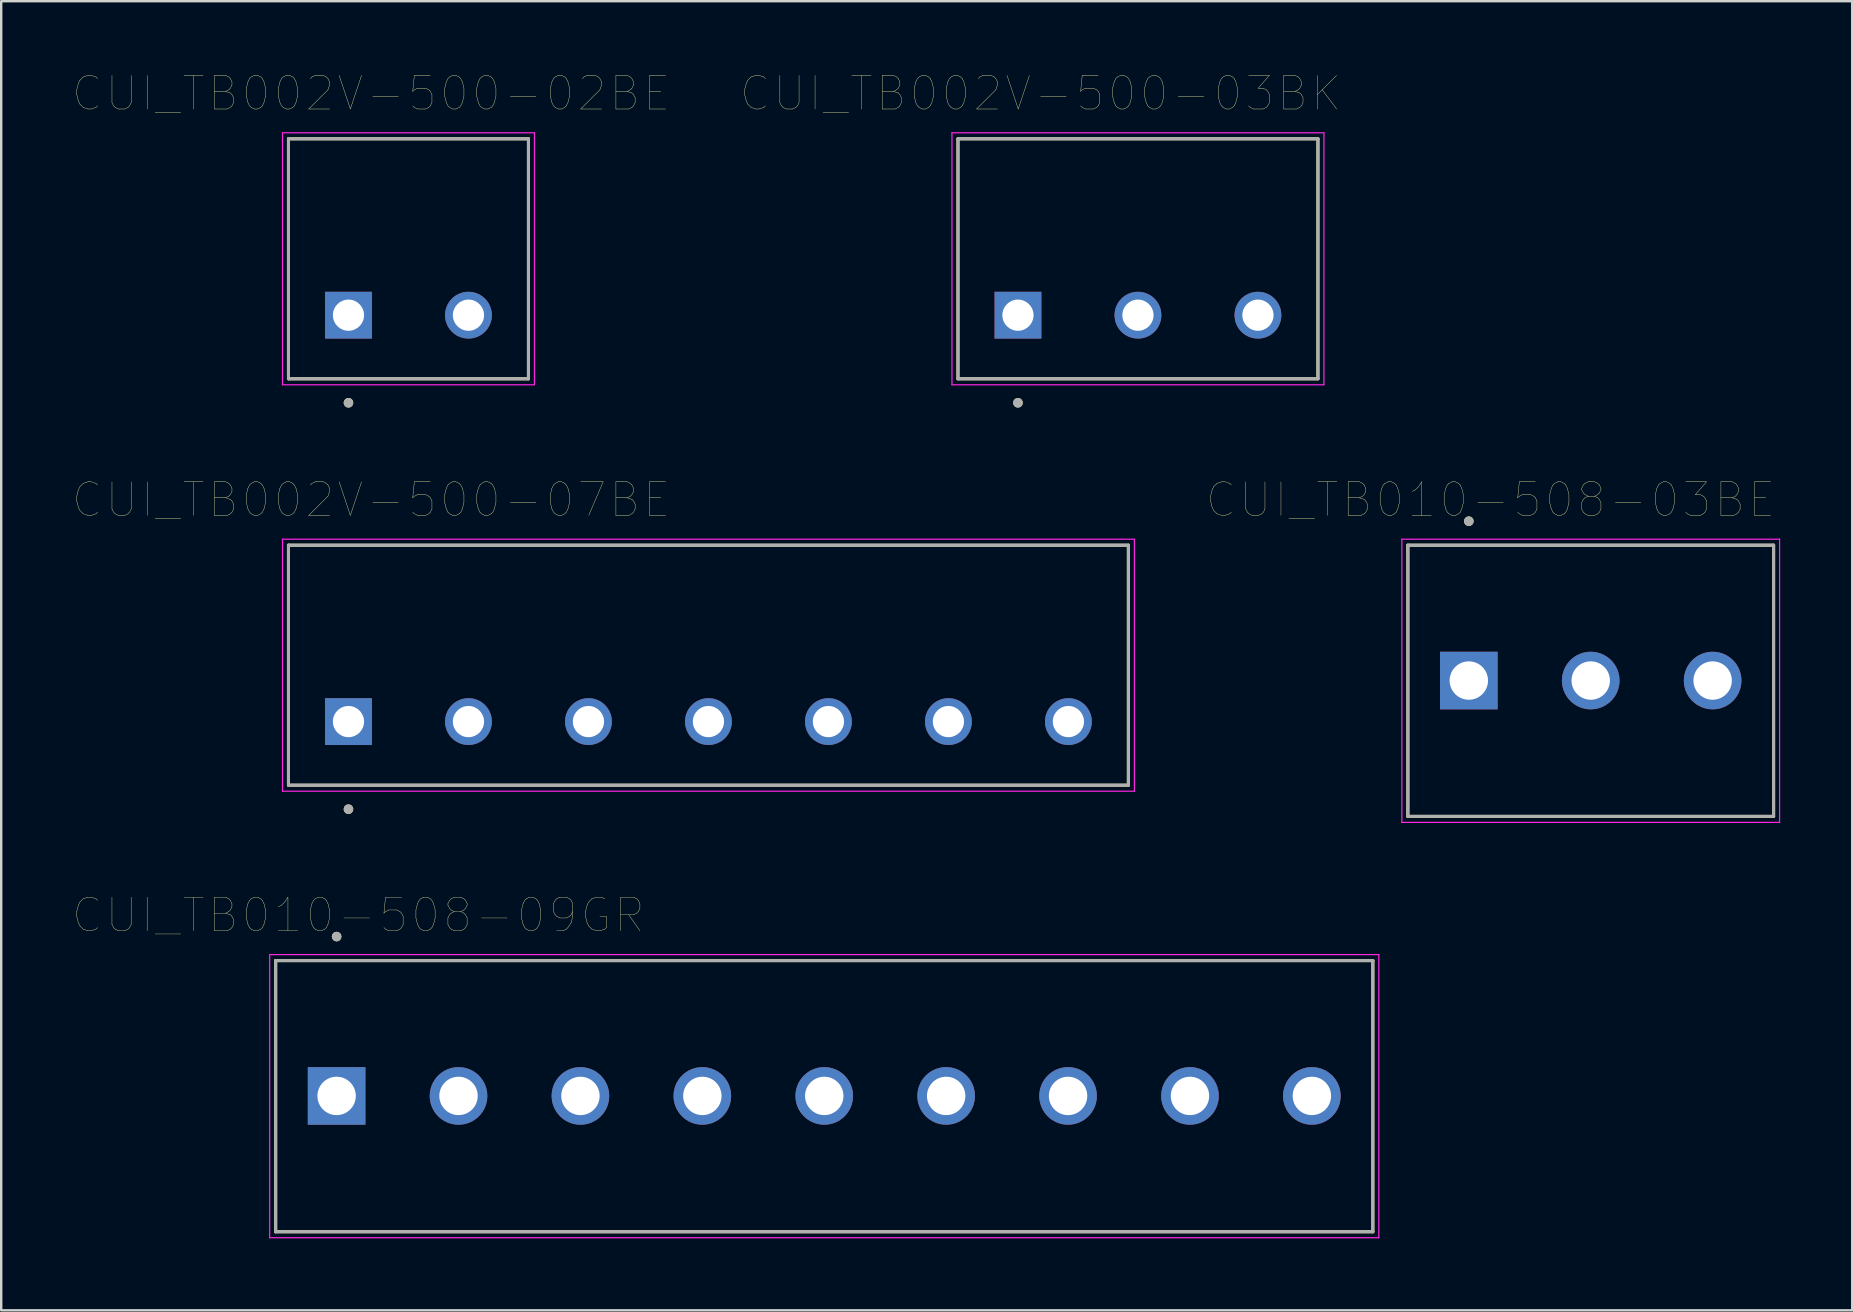
<source format=kicad_pcb>
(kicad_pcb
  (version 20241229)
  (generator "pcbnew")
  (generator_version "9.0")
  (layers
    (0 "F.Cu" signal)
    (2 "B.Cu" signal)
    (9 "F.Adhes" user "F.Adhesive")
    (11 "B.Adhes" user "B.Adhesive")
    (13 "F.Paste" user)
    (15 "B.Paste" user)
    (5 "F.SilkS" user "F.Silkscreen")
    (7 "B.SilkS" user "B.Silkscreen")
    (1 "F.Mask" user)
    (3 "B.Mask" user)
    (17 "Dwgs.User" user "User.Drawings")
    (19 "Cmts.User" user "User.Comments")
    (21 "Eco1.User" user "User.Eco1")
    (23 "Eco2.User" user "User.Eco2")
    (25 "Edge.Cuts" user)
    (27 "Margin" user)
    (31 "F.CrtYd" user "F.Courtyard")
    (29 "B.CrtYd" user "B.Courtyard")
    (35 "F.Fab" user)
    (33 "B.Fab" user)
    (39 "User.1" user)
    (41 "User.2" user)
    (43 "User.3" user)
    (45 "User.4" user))
  (footprint "CUI_TB010-508-09GR"
    (layer "F.Cu")
    (at 10.977 42.618)
    (property "Reference" "CUI_TB010-508-09GR" (at 0.905 -7.529 0) (layer "F.SilkS") (effects (font (size 1.4 1.4) (thickness 0.015))))
    (attr through_hole)
    (fp_line (start -2.54 -5.64) (end 43.18 -5.64) (stroke (width 0.127) (type solid)) (layer "F.SilkS"))
    (fp_line (start -2.54 5.66) (end -2.54 -5.64) (stroke (width 0.127) (type solid)) (layer "F.SilkS"))
    (fp_line (start 43.18 -5.64) (end 43.18 5.66) (stroke (width 0.127) (type solid)) (layer "F.SilkS"))
    (fp_line (start 43.18 5.66) (end -2.54 5.66) (stroke (width 0.127) (type solid)) (layer "F.SilkS"))
    (fp_circle (center 0 -6.64) (end 0.1 -6.64) (stroke (width 0.2) (type solid)) (fill no) (layer "F.SilkS"))
    (fp_line (start -2.79 -5.89) (end 43.43 -5.89) (stroke (width 0.05) (type solid)) (layer "F.CrtYd"))
    (fp_line (start -2.79 5.91) (end -2.79 -5.89) (stroke (width 0.05) (type solid)) (layer "F.CrtYd"))
    (fp_line (start 43.43 -5.89) (end 43.43 5.91) (stroke (width 0.05) (type solid)) (layer "F.CrtYd"))
    (fp_line (start 43.43 5.91) (end -2.79 5.91) (stroke (width 0.05) (type solid)) (layer "F.CrtYd"))
    (fp_line (start -2.54 -5.64) (end 43.18 -5.64) (stroke (width 0.127) (type solid)) (layer "F.Fab"))
    (fp_line (start -2.54 5.66) (end -2.54 -5.64) (stroke (width 0.127) (type solid)) (layer "F.Fab"))
    (fp_line (start 43.18 -5.64) (end 43.18 5.66) (stroke (width 0.127) (type solid)) (layer "F.Fab"))
    (fp_line (start 43.18 5.66) (end -2.54 5.66) (stroke (width 0.127) (type solid)) (layer "F.Fab"))
    (fp_circle (center 0 -6.64) (end 0.1 -6.64) (stroke (width 0.2) (type solid)) (fill no) (layer "F.Fab"))
    (pad "1" thru_hole rect (at 0 0) (size 2.4 2.4) (drill 1.6) (layers "*.Cu" "*.Mask"))
    (pad "2" thru_hole circle (at 5.08 0) (size 2.4 2.4) (drill 1.6) (layers "*.Cu" "*.Mask"))
    (pad "3" thru_hole circle (at 10.16 0) (size 2.4 2.4) (drill 1.6) (layers "*.Cu" "*.Mask"))
    (pad "4" thru_hole circle (at 15.24 0) (size 2.4 2.4) (drill 1.6) (layers "*.Cu" "*.Mask"))
    (pad "5" thru_hole circle (at 20.32 0) (size 2.4 2.4) (drill 1.6) (layers "*.Cu" "*.Mask"))
    (pad "6" thru_hole circle (at 25.4 0) (size 2.4 2.4) (drill 1.6) (layers "*.Cu" "*.Mask"))
    (pad "7" thru_hole circle (at 30.48 0) (size 2.4 2.4) (drill 1.6) (layers "*.Cu" "*.Mask"))
    (pad "8" thru_hole circle (at 35.56 0) (size 2.4 2.4) (drill 1.6) (layers "*.Cu" "*.Mask"))
    (pad "9" thru_hole circle (at 40.64 0) (size 2.4 2.4) (drill 1.6) (layers "*.Cu" "*.Mask")))
  (footprint "CUI_TB010-508-03BE"
    (layer "F.Cu")
    (at 58.157 25.309)
    (property "Reference" "CUI_TB010-508-03BE" (at 0.905 -7.529 0) (layer "F.SilkS") (effects (font (size 1.4 1.4) (thickness 0.015))))
    (attr through_hole)
    (fp_line (start -2.54 -5.64) (end 12.7 -5.64) (stroke (width 0.127) (type solid)) (layer "F.SilkS"))
    (fp_line (start -2.54 5.66) (end -2.54 -5.64) (stroke (width 0.127) (type solid)) (layer "F.SilkS"))
    (fp_line (start 12.7 -5.64) (end 12.7 5.66) (stroke (width 0.127) (type solid)) (layer "F.SilkS"))
    (fp_line (start 12.7 5.66) (end -2.54 5.66) (stroke (width 0.127) (type solid)) (layer "F.SilkS"))
    (fp_circle (center 0 -6.64) (end 0.1 -6.64) (stroke (width 0.2) (type solid)) (fill no) (layer "F.SilkS"))
    (fp_line (start -2.79 -5.89) (end 12.95 -5.89) (stroke (width 0.05) (type solid)) (layer "F.CrtYd"))
    (fp_line (start -2.79 5.91) (end -2.79 -5.89) (stroke (width 0.05) (type solid)) (layer "F.CrtYd"))
    (fp_line (start 12.95 -5.89) (end 12.95 5.91) (stroke (width 0.05) (type solid)) (layer "F.CrtYd"))
    (fp_line (start 12.95 5.91) (end -2.79 5.91) (stroke (width 0.05) (type solid)) (layer "F.CrtYd"))
    (fp_line (start -2.54 -5.64) (end 12.7 -5.64) (stroke (width 0.127) (type solid)) (layer "F.Fab"))
    (fp_line (start -2.54 5.66) (end -2.54 -5.64) (stroke (width 0.127) (type solid)) (layer "F.Fab"))
    (fp_line (start 12.7 -5.64) (end 12.7 5.66) (stroke (width 0.127) (type solid)) (layer "F.Fab"))
    (fp_line (start 12.7 5.66) (end -2.54 5.66) (stroke (width 0.127) (type solid)) (layer "F.Fab"))
    (fp_circle (center 0 -6.64) (end 0.1 -6.64) (stroke (width 0.2) (type solid)) (fill no) (layer "F.Fab"))
    (pad "1" thru_hole rect (at 0 0) (size 2.4 2.4) (drill 1.6) (layers "*.Cu" "*.Mask"))
    (pad "2" thru_hole circle (at 5.08 0) (size 2.4 2.4) (drill 1.6) (layers "*.Cu" "*.Mask"))
    (pad "3" thru_hole circle (at 10.16 0) (size 2.4 2.4) (drill 1.6) (layers "*.Cu" "*.Mask")))
  (footprint "CUI_TB002V-500-07BE"
    (layer "F.Cu")
    (at 11.471 27.019)
    (property "Reference" "CUI_TB002V-500-07BE" (at 0.945 -9.239 0) (layer "F.SilkS") (effects (font (size 1.4 1.4) (thickness 0.015))))
    (attr through_hole)
    (fp_line (start -2.5 -7.35) (end 32.5 -7.35) (stroke (width 0.127) (type solid)) (layer "F.SilkS"))
    (fp_line (start -2.5 2.65) (end -2.5 -7.35) (stroke (width 0.127) (type solid)) (layer "F.SilkS"))
    (fp_line (start 32.5 -7.35) (end 32.5 2.65) (stroke (width 0.127) (type solid)) (layer "F.SilkS"))
    (fp_line (start 32.5 2.65) (end -2.5 2.65) (stroke (width 0.127) (type solid)) (layer "F.SilkS"))
    (fp_circle (center 0 3.65) (end 0.1 3.65) (stroke (width 0.2) (type solid)) (fill no) (layer "F.SilkS"))
    (fp_line (start -2.75 -7.6) (end 32.75 -7.6) (stroke (width 0.05) (type solid)) (layer "F.CrtYd"))
    (fp_line (start -2.75 2.9) (end -2.75 -7.6) (stroke (width 0.05) (type solid)) (layer "F.CrtYd"))
    (fp_line (start 32.75 -7.6) (end 32.75 2.9) (stroke (width 0.05) (type solid)) (layer "F.CrtYd"))
    (fp_line (start 32.75 2.9) (end -2.75 2.9) (stroke (width 0.05) (type solid)) (layer "F.CrtYd"))
    (fp_line (start -2.5 -7.35) (end 32.5 -7.35) (stroke (width 0.127) (type solid)) (layer "F.Fab"))
    (fp_line (start -2.5 2.65) (end -2.5 -7.35) (stroke (width 0.127) (type solid)) (layer "F.Fab"))
    (fp_line (start 32.5 -7.35) (end 32.5 2.65) (stroke (width 0.127) (type solid)) (layer "F.Fab"))
    (fp_line (start 32.5 2.65) (end -2.5 2.65) (stroke (width 0.127) (type solid)) (layer "F.Fab"))
    (fp_circle (center 0 3.65) (end 0.1 3.65) (stroke (width 0.2) (type solid)) (fill no) (layer "F.Fab"))
    (pad "1" thru_hole rect (at 0 0) (size 1.95 1.95) (drill 1.3) (layers "*.Cu" "*.Mask"))
    (pad "2" thru_hole circle (at 5 0) (size 1.95 1.95) (drill 1.3) (layers "*.Cu" "*.Mask"))
    (pad "3" thru_hole circle (at 10 0) (size 1.95 1.95) (drill 1.3) (layers "*.Cu" "*.Mask"))
    (pad "4" thru_hole circle (at 15 0) (size 1.95 1.95) (drill 1.3) (layers "*.Cu" "*.Mask"))
    (pad "5" thru_hole circle (at 20 0) (size 1.95 1.95) (drill 1.3) (layers "*.Cu" "*.Mask"))
    (pad "6" thru_hole circle (at 25 0) (size 1.95 1.95) (drill 1.3) (layers "*.Cu" "*.Mask"))
    (pad "7" thru_hole circle (at 30 0) (size 1.95 1.95) (drill 1.3) (layers "*.Cu" "*.Mask")))
  (footprint "CUI_TB002V-500-02BE"
    (layer "F.Cu")
    (at 11.471 10.084)
    (property "Reference" "CUI_TB002V-500-02BE" (at 0.945 -9.239 0) (layer "F.SilkS") (effects (font (size 1.4 1.4) (thickness 0.015))))
    (attr through_hole)
    (fp_line (start -2.5 -7.35) (end 7.5 -7.35) (stroke (width 0.127) (type solid)) (layer "F.SilkS"))
    (fp_line (start -2.5 2.65) (end -2.5 -7.35) (stroke (width 0.127) (type solid)) (layer "F.SilkS"))
    (fp_line (start 7.5 -7.35) (end 7.5 2.65) (stroke (width 0.127) (type solid)) (layer "F.SilkS"))
    (fp_line (start 7.5 2.65) (end -2.5 2.65) (stroke (width 0.127) (type solid)) (layer "F.SilkS"))
    (fp_circle (center 0 3.65) (end 0.1 3.65) (stroke (width 0.2) (type solid)) (fill no) (layer "F.SilkS"))
    (fp_line (start -2.75 -7.6) (end 7.75 -7.6) (stroke (width 0.05) (type solid)) (layer "F.CrtYd"))
    (fp_line (start -2.75 2.9) (end -2.75 -7.6) (stroke (width 0.05) (type solid)) (layer "F.CrtYd"))
    (fp_line (start 7.75 -7.6) (end 7.75 2.9) (stroke (width 0.05) (type solid)) (layer "F.CrtYd"))
    (fp_line (start 7.75 2.9) (end -2.75 2.9) (stroke (width 0.05) (type solid)) (layer "F.CrtYd"))
    (fp_line (start -2.5 -7.35) (end 7.5 -7.35) (stroke (width 0.127) (type solid)) (layer "F.Fab"))
    (fp_line (start -2.5 2.65) (end -2.5 -7.35) (stroke (width 0.127) (type solid)) (layer "F.Fab"))
    (fp_line (start 7.5 -7.35) (end 7.5 2.65) (stroke (width 0.127) (type solid)) (layer "F.Fab"))
    (fp_line (start 7.5 2.65) (end -2.5 2.65) (stroke (width 0.127) (type solid)) (layer "F.Fab"))
    (fp_circle (center 0 3.65) (end 0.1 3.65) (stroke (width 0.2) (type solid)) (fill no) (layer "F.Fab"))
    (pad "1" thru_hole rect (at 0 0) (size 1.95 1.95) (drill 1.3) (layers "*.Cu" "*.Mask"))
    (pad "2" thru_hole circle (at 5 0) (size 1.95 1.95) (drill 1.3) (layers "*.Cu" "*.Mask")))
  (footprint "CUI_TB002V-500-03BK"
    (layer "F.Cu")
    (at 39.369 10.084)
    (property "Reference" "CUI_TB002V-500-03BK" (at 0.945 -9.239 0) (layer "F.SilkS") (effects (font (size 1.4 1.4) (thickness 0.015))))
    (attr through_hole)
    (fp_line (start -2.5 -7.35) (end 12.5 -7.35) (stroke (width 0.127) (type solid)) (layer "F.SilkS"))
    (fp_line (start -2.5 2.65) (end -2.5 -7.35) (stroke (width 0.127) (type solid)) (layer "F.SilkS"))
    (fp_line (start 12.5 -7.35) (end 12.5 2.65) (stroke (width 0.127) (type solid)) (layer "F.SilkS"))
    (fp_line (start 12.5 2.65) (end -2.5 2.65) (stroke (width 0.127) (type solid)) (layer "F.SilkS"))
    (fp_circle (center 0 3.65) (end 0.1 3.65) (stroke (width 0.2) (type solid)) (fill no) (layer "F.SilkS"))
    (fp_line (start -2.75 -7.6) (end 12.75 -7.6) (stroke (width 0.05) (type solid)) (layer "F.CrtYd"))
    (fp_line (start -2.75 2.9) (end -2.75 -7.6) (stroke (width 0.05) (type solid)) (layer "F.CrtYd"))
    (fp_line (start 12.75 -7.6) (end 12.75 2.9) (stroke (width 0.05) (type solid)) (layer "F.CrtYd"))
    (fp_line (start 12.75 2.9) (end -2.75 2.9) (stroke (width 0.05) (type solid)) (layer "F.CrtYd"))
    (fp_line (start -2.5 -7.35) (end 12.5 -7.35) (stroke (width 0.127) (type solid)) (layer "F.Fab"))
    (fp_line (start -2.5 2.65) (end -2.5 -7.35) (stroke (width 0.127) (type solid)) (layer "F.Fab"))
    (fp_line (start 12.5 -7.35) (end 12.5 2.65) (stroke (width 0.127) (type solid)) (layer "F.Fab"))
    (fp_line (start 12.5 2.65) (end -2.5 2.65) (stroke (width 0.127) (type solid)) (layer "F.Fab"))
    (fp_circle (center 0 3.65) (end 0.1 3.65) (stroke (width 0.2) (type solid)) (fill no) (layer "F.Fab"))
    (pad "1" thru_hole rect (at 0 0) (size 1.95 1.95) (drill 1.3) (layers "*.Cu" "*.Mask"))
    (pad "2" thru_hole circle (at 5 0) (size 1.95 1.95) (drill 1.3) (layers "*.Cu" "*.Mask"))
    (pad "3" thru_hole circle (at 10 0) (size 1.95 1.95) (drill 1.3) (layers "*.Cu" "*.Mask")))
  (gr_rect
    (start -3 -3)
    (end 74.132 51.553)
    (stroke (width 0.1) (type default))
    (fill no)
    (layer "Edge.Cuts")))
</source>
